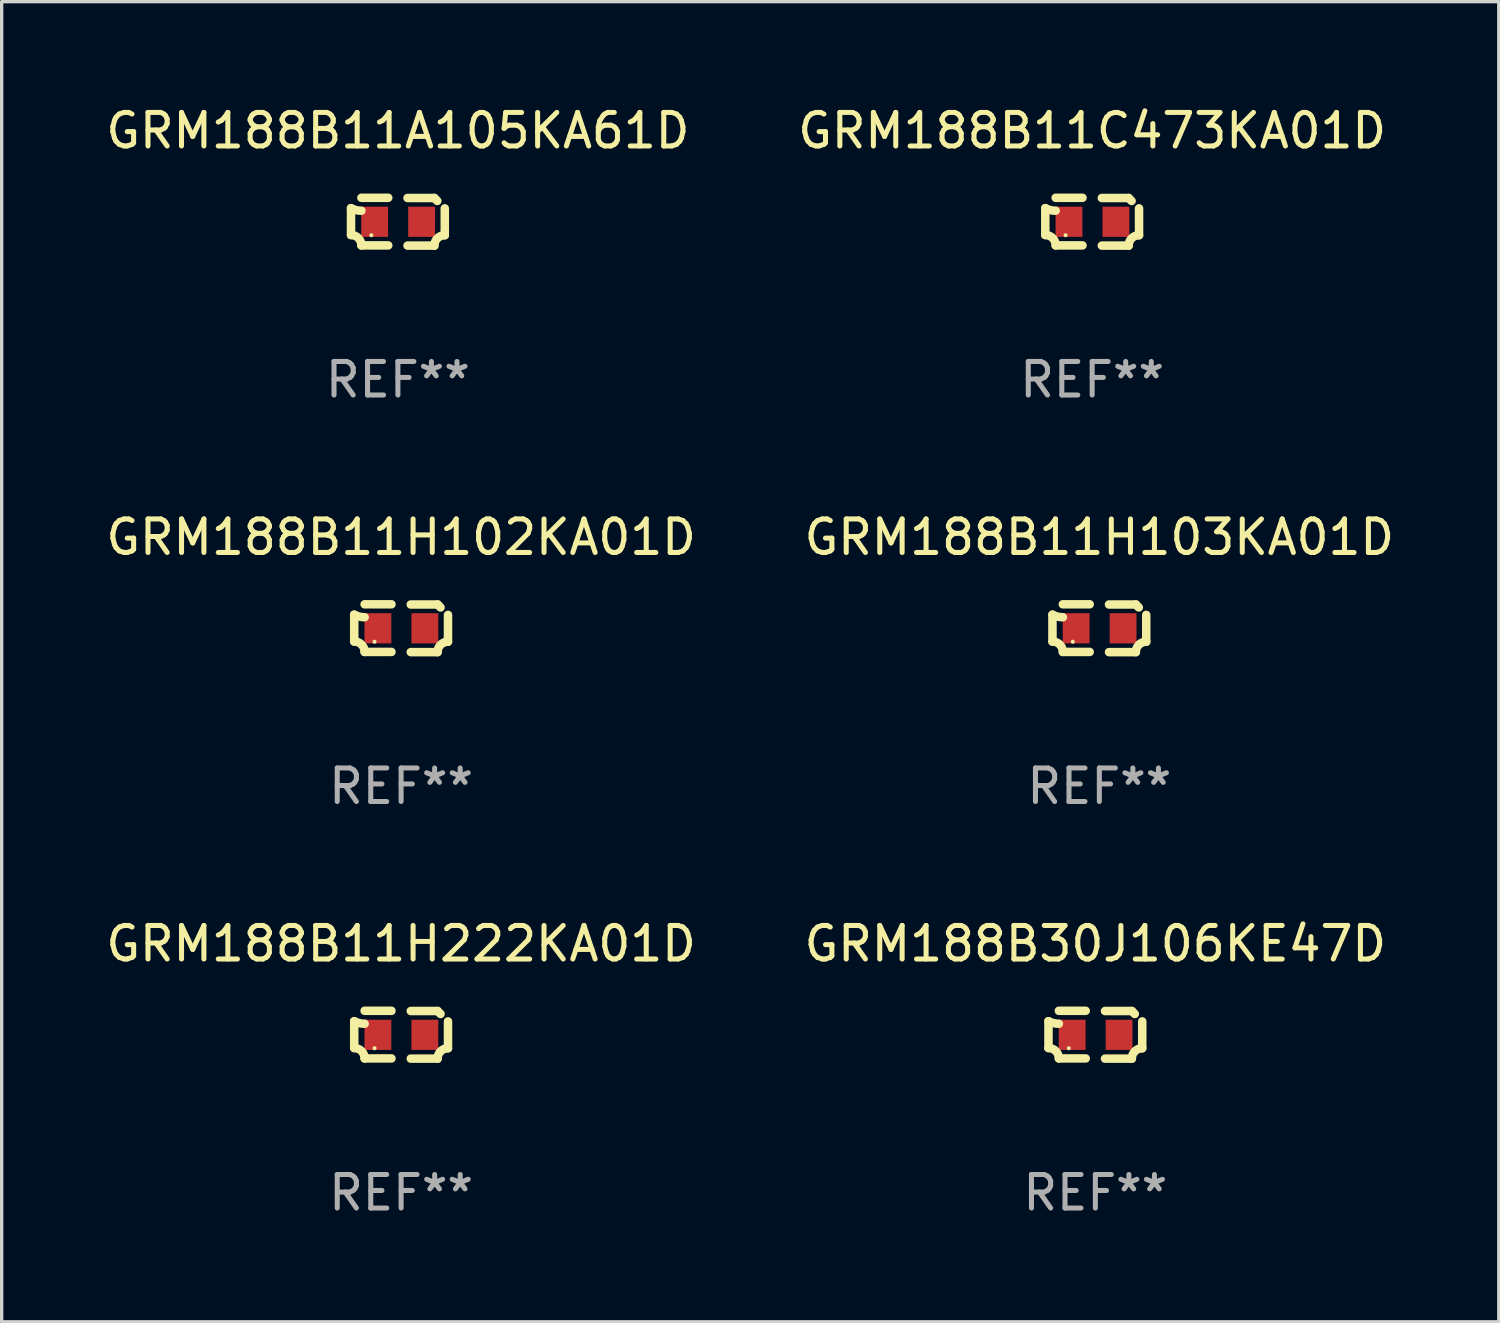
<source format=kicad_pcb>
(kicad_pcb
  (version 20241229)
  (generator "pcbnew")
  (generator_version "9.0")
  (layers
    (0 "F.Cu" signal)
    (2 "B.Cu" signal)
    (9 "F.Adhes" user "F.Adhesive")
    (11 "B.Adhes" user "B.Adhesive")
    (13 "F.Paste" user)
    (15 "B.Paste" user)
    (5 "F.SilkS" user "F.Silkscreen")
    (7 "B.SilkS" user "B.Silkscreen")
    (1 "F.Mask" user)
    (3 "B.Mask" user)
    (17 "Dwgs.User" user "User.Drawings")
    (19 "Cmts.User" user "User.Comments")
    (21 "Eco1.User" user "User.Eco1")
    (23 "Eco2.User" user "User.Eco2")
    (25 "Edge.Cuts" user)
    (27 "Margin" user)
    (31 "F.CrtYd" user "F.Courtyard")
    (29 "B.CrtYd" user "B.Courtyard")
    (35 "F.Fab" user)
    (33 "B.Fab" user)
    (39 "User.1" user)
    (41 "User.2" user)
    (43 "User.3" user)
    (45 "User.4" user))
  (footprint "GRM188B11H103KA01D"
    (layer "F.Cu")
    (at 29.732 15.683)
    (property "Reference" "GRM188B11H103KA01D" (at 0 -2.713 0) (layer "F.SilkS") (effects (font (size 1 1) (thickness 0.15))))
    (attr through_hole)
    (fp_line (start -1.398 -0.403) (end -1.398 0.397) (stroke (width 0.254) (type solid)) (layer "F.SilkS"))
    (fp_line (start -0.288 -0.713) (end -1.088 -0.713) (stroke (width 0.254) (type solid)) (layer "F.SilkS"))
    (fp_line (start -0.288 0.707) (end -1.088 0.707) (stroke (width 0.254) (type solid)) (layer "F.SilkS"))
    (fp_line (start 0.288 -0.707) (end 1.088 -0.707) (stroke (width 0.254) (type solid)) (layer "F.SilkS"))
    (fp_line (start 0.288 0.713) (end 1.088 0.713) (stroke (width 0.254) (type solid)) (layer "F.SilkS"))
    (fp_line (start 1.398 -0.397) (end 1.398 0.403) (stroke (width 0.254) (type solid)) (layer "F.SilkS"))
    (fp_arc (start -1.397789 0.397066) (mid -1.178701 0.487826) (end -1.08796 0.706922) (stroke (width 0.254001) (type solid)) (layer "F.SilkS"))
    (fp_arc (start -1.08796 -0.327176) (mid -1.247436 -0.346384) (end -1.39779 -0.402908) (stroke (width 0.254001) (type solid)) (layer "F.SilkS"))
    (fp_arc (start 1.087909 0.712738) (mid 1.178656 0.493655) (end 1.397739 0.402908) (stroke (width 0.254001) (type solid)) (layer "F.SilkS"))
    (fp_arc (start 1.175925 -0.618926) (mid 1.131917 -0.662923) (end 1.08791 -0.706922) (stroke (width 0.254001) (type solid)) (layer "F.SilkS"))
    (fp_circle (center -0.792 0.403) (end -0.762 0.403) (stroke (width 0.06) (type solid)) (fill no) (layer "F.SilkS"))
    (fp_text user "REF**" (at 0 4.713 0) (layer "F.Fab") (effects (font (size 1 1) (thickness 0.15))))
    (pad "1" smd rect (at -0.692 0.003) (size 0.8 0.9) (layers "F.Cu" "F.Mask" "F.Paste"))
    (pad "2" smd rect (at 0.708 0.003) (size 0.8 0.9) (layers "F.Cu" "F.Mask" "F.Paste")))
  (footprint "GRM188B11A105KA61D"
    (layer "F.Cu")
    (at 8.815 3.561)
    (property "Reference" "GRM188B11A105KA61D" (at 0 -2.713 0) (layer "F.SilkS") (effects (font (size 1 1) (thickness 0.15))))
    (attr through_hole)
    (fp_line (start -1.398 -0.403) (end -1.398 0.397) (stroke (width 0.254) (type solid)) (layer "F.SilkS"))
    (fp_line (start -0.288 -0.713) (end -1.088 -0.713) (stroke (width 0.254) (type solid)) (layer "F.SilkS"))
    (fp_line (start -0.288 0.707) (end -1.088 0.707) (stroke (width 0.254) (type solid)) (layer "F.SilkS"))
    (fp_line (start 0.288 -0.707) (end 1.088 -0.707) (stroke (width 0.254) (type solid)) (layer "F.SilkS"))
    (fp_line (start 0.288 0.713) (end 1.088 0.713) (stroke (width 0.254) (type solid)) (layer "F.SilkS"))
    (fp_line (start 1.398 -0.397) (end 1.398 0.403) (stroke (width 0.254) (type solid)) (layer "F.SilkS"))
    (fp_arc (start -1.397789 0.397066) (mid -1.178701 0.487826) (end -1.08796 0.706922) (stroke (width 0.254001) (type solid)) (layer "F.SilkS"))
    (fp_arc (start -1.08796 -0.327176) (mid -1.247436 -0.346384) (end -1.39779 -0.402908) (stroke (width 0.254001) (type solid)) (layer "F.SilkS"))
    (fp_arc (start 1.087909 0.712738) (mid 1.178656 0.493655) (end 1.397739 0.402908) (stroke (width 0.254001) (type solid)) (layer "F.SilkS"))
    (fp_arc (start 1.175925 -0.618926) (mid 1.131917 -0.662923) (end 1.08791 -0.706922) (stroke (width 0.254001) (type solid)) (layer "F.SilkS"))
    (fp_circle (center -0.792 0.403) (end -0.762 0.403) (stroke (width 0.06) (type solid)) (fill no) (layer "F.SilkS"))
    (fp_text user "REF**" (at 0 4.713 0) (layer "F.Fab") (effects (font (size 1 1) (thickness 0.15))))
    (pad "1" smd rect (at -0.692 0.003) (size 0.8 0.9) (layers "F.Cu" "F.Mask" "F.Paste"))
    (pad "2" smd rect (at 0.708 0.003) (size 0.8 0.9) (layers "F.Cu" "F.Mask" "F.Paste")))
  (footprint "GRM188B11H222KA01D"
    (layer "F.Cu")
    (at 8.911 27.805)
    (property "Reference" "GRM188B11H222KA01D" (at 0 -2.713 0) (layer "F.SilkS") (effects (font (size 1 1) (thickness 0.15))))
    (attr through_hole)
    (fp_line (start -1.398 -0.403) (end -1.398 0.397) (stroke (width 0.254) (type solid)) (layer "F.SilkS"))
    (fp_line (start -0.288 -0.713) (end -1.088 -0.713) (stroke (width 0.254) (type solid)) (layer "F.SilkS"))
    (fp_line (start -0.288 0.707) (end -1.088 0.707) (stroke (width 0.254) (type solid)) (layer "F.SilkS"))
    (fp_line (start 0.288 -0.707) (end 1.088 -0.707) (stroke (width 0.254) (type solid)) (layer "F.SilkS"))
    (fp_line (start 0.288 0.713) (end 1.088 0.713) (stroke (width 0.254) (type solid)) (layer "F.SilkS"))
    (fp_line (start 1.398 -0.397) (end 1.398 0.403) (stroke (width 0.254) (type solid)) (layer "F.SilkS"))
    (fp_arc (start -1.397789 0.397066) (mid -1.178701 0.487826) (end -1.08796 0.706922) (stroke (width 0.254001) (type solid)) (layer "F.SilkS"))
    (fp_arc (start -1.08796 -0.327176) (mid -1.247436 -0.346384) (end -1.39779 -0.402908) (stroke (width 0.254001) (type solid)) (layer "F.SilkS"))
    (fp_arc (start 1.087909 0.712738) (mid 1.178656 0.493655) (end 1.397739 0.402908) (stroke (width 0.254001) (type solid)) (layer "F.SilkS"))
    (fp_arc (start 1.175925 -0.618926) (mid 1.131917 -0.662923) (end 1.08791 -0.706922) (stroke (width 0.254001) (type solid)) (layer "F.SilkS"))
    (fp_circle (center -0.792 0.403) (end -0.762 0.403) (stroke (width 0.06) (type solid)) (fill no) (layer "F.SilkS"))
    (fp_text user "REF**" (at 0 4.713 0) (layer "F.Fab") (effects (font (size 1 1) (thickness 0.15))))
    (pad "1" smd rect (at -0.692 0.003) (size 0.8 0.9) (layers "F.Cu" "F.Mask" "F.Paste"))
    (pad "2" smd rect (at 0.708 0.003) (size 0.8 0.9) (layers "F.Cu" "F.Mask" "F.Paste")))
  (footprint "GRM188B30J106KE47D"
    (layer "F.Cu")
    (at 29.613 27.805)
    (property "Reference" "GRM188B30J106KE47D" (at 0 -2.713 0) (layer "F.SilkS") (effects (font (size 1 1) (thickness 0.15))))
    (attr through_hole)
    (fp_line (start -1.398 -0.403) (end -1.398 0.397) (stroke (width 0.254) (type solid)) (layer "F.SilkS"))
    (fp_line (start -0.288 -0.713) (end -1.088 -0.713) (stroke (width 0.254) (type solid)) (layer "F.SilkS"))
    (fp_line (start -0.288 0.707) (end -1.088 0.707) (stroke (width 0.254) (type solid)) (layer "F.SilkS"))
    (fp_line (start 0.288 -0.707) (end 1.088 -0.707) (stroke (width 0.254) (type solid)) (layer "F.SilkS"))
    (fp_line (start 0.288 0.713) (end 1.088 0.713) (stroke (width 0.254) (type solid)) (layer "F.SilkS"))
    (fp_line (start 1.398 -0.397) (end 1.398 0.403) (stroke (width 0.254) (type solid)) (layer "F.SilkS"))
    (fp_arc (start -1.397789 0.397066) (mid -1.178701 0.487826) (end -1.08796 0.706922) (stroke (width 0.254001) (type solid)) (layer "F.SilkS"))
    (fp_arc (start -1.08796 -0.327176) (mid -1.247436 -0.346384) (end -1.39779 -0.402908) (stroke (width 0.254001) (type solid)) (layer "F.SilkS"))
    (fp_arc (start 1.087909 0.712738) (mid 1.178656 0.493655) (end 1.397739 0.402908) (stroke (width 0.254001) (type solid)) (layer "F.SilkS"))
    (fp_arc (start 1.175925 -0.618926) (mid 1.131917 -0.662923) (end 1.08791 -0.706922) (stroke (width 0.254001) (type solid)) (layer "F.SilkS"))
    (fp_circle (center -0.792 0.403) (end -0.762 0.403) (stroke (width 0.06) (type solid)) (fill no) (layer "F.SilkS"))
    (fp_text user "REF**" (at 0 4.713 0) (layer "F.Fab") (effects (font (size 1 1) (thickness 0.15))))
    (pad "1" smd rect (at -0.692 0.003) (size 0.8 0.9) (layers "F.Cu" "F.Mask" "F.Paste"))
    (pad "2" smd rect (at 0.708 0.003) (size 0.8 0.9) (layers "F.Cu" "F.Mask" "F.Paste")))
  (footprint "GRM188B11H102KA01D"
    (layer "F.Cu")
    (at 8.911 15.683)
    (property "Reference" "GRM188B11H102KA01D" (at 0 -2.713 0) (layer "F.SilkS") (effects (font (size 1 1) (thickness 0.15))))
    (attr through_hole)
    (fp_line (start -1.398 -0.403) (end -1.398 0.397) (stroke (width 0.254) (type solid)) (layer "F.SilkS"))
    (fp_line (start -0.288 -0.713) (end -1.088 -0.713) (stroke (width 0.254) (type solid)) (layer "F.SilkS"))
    (fp_line (start -0.288 0.707) (end -1.088 0.707) (stroke (width 0.254) (type solid)) (layer "F.SilkS"))
    (fp_line (start 0.288 -0.707) (end 1.088 -0.707) (stroke (width 0.254) (type solid)) (layer "F.SilkS"))
    (fp_line (start 0.288 0.713) (end 1.088 0.713) (stroke (width 0.254) (type solid)) (layer "F.SilkS"))
    (fp_line (start 1.398 -0.397) (end 1.398 0.403) (stroke (width 0.254) (type solid)) (layer "F.SilkS"))
    (fp_arc (start -1.397789 0.397066) (mid -1.178701 0.487826) (end -1.08796 0.706922) (stroke (width 0.254001) (type solid)) (layer "F.SilkS"))
    (fp_arc (start -1.08796 -0.327176) (mid -1.247436 -0.346384) (end -1.39779 -0.402908) (stroke (width 0.254001) (type solid)) (layer "F.SilkS"))
    (fp_arc (start 1.087909 0.712738) (mid 1.178656 0.493655) (end 1.397739 0.402908) (stroke (width 0.254001) (type solid)) (layer "F.SilkS"))
    (fp_arc (start 1.175925 -0.618926) (mid 1.131917 -0.662923) (end 1.08791 -0.706922) (stroke (width 0.254001) (type solid)) (layer "F.SilkS"))
    (fp_circle (center -0.792 0.403) (end -0.762 0.403) (stroke (width 0.06) (type solid)) (fill no) (layer "F.SilkS"))
    (fp_text user "REF**" (at 0 4.713 0) (layer "F.Fab") (effects (font (size 1 1) (thickness 0.15))))
    (pad "1" smd rect (at -0.692 0.003) (size 0.8 0.9) (layers "F.Cu" "F.Mask" "F.Paste"))
    (pad "2" smd rect (at 0.708 0.003) (size 0.8 0.9) (layers "F.Cu" "F.Mask" "F.Paste")))
  (footprint "GRM188B11C473KA01D"
    (layer "F.Cu")
    (at 29.518 3.561)
    (property "Reference" "GRM188B11C473KA01D" (at 0 -2.713 0) (layer "F.SilkS") (effects (font (size 1 1) (thickness 0.15))))
    (attr through_hole)
    (fp_line (start -1.398 -0.403) (end -1.398 0.397) (stroke (width 0.254) (type solid)) (layer "F.SilkS"))
    (fp_line (start -0.288 -0.713) (end -1.088 -0.713) (stroke (width 0.254) (type solid)) (layer "F.SilkS"))
    (fp_line (start -0.288 0.707) (end -1.088 0.707) (stroke (width 0.254) (type solid)) (layer "F.SilkS"))
    (fp_line (start 0.288 -0.707) (end 1.088 -0.707) (stroke (width 0.254) (type solid)) (layer "F.SilkS"))
    (fp_line (start 0.288 0.713) (end 1.088 0.713) (stroke (width 0.254) (type solid)) (layer "F.SilkS"))
    (fp_line (start 1.398 -0.397) (end 1.398 0.403) (stroke (width 0.254) (type solid)) (layer "F.SilkS"))
    (fp_arc (start -1.397789 0.397066) (mid -1.178701 0.487826) (end -1.08796 0.706922) (stroke (width 0.254001) (type solid)) (layer "F.SilkS"))
    (fp_arc (start -1.08796 -0.327176) (mid -1.247436 -0.346384) (end -1.39779 -0.402908) (stroke (width 0.254001) (type solid)) (layer "F.SilkS"))
    (fp_arc (start 1.087909 0.712738) (mid 1.178656 0.493655) (end 1.397739 0.402908) (stroke (width 0.254001) (type solid)) (layer "F.SilkS"))
    (fp_arc (start 1.175925 -0.618926) (mid 1.131917 -0.662923) (end 1.08791 -0.706922) (stroke (width 0.254001) (type solid)) (layer "F.SilkS"))
    (fp_circle (center -0.792 0.403) (end -0.762 0.403) (stroke (width 0.06) (type solid)) (fill no) (layer "F.SilkS"))
    (fp_text user "REF**" (at 0 4.713 0) (layer "F.Fab") (effects (font (size 1 1) (thickness 0.15))))
    (pad "1" smd rect (at -0.692 0.003) (size 0.8 0.9) (layers "F.Cu" "F.Mask" "F.Paste"))
    (pad "2" smd rect (at 0.708 0.003) (size 0.8 0.9) (layers "F.Cu" "F.Mask" "F.Paste")))
  (gr_rect
    (start -3 -3)
    (end 41.643 36.366)
    (stroke (width 0.1) (type default))
    (fill no)
    (layer "Edge.Cuts")))
</source>
